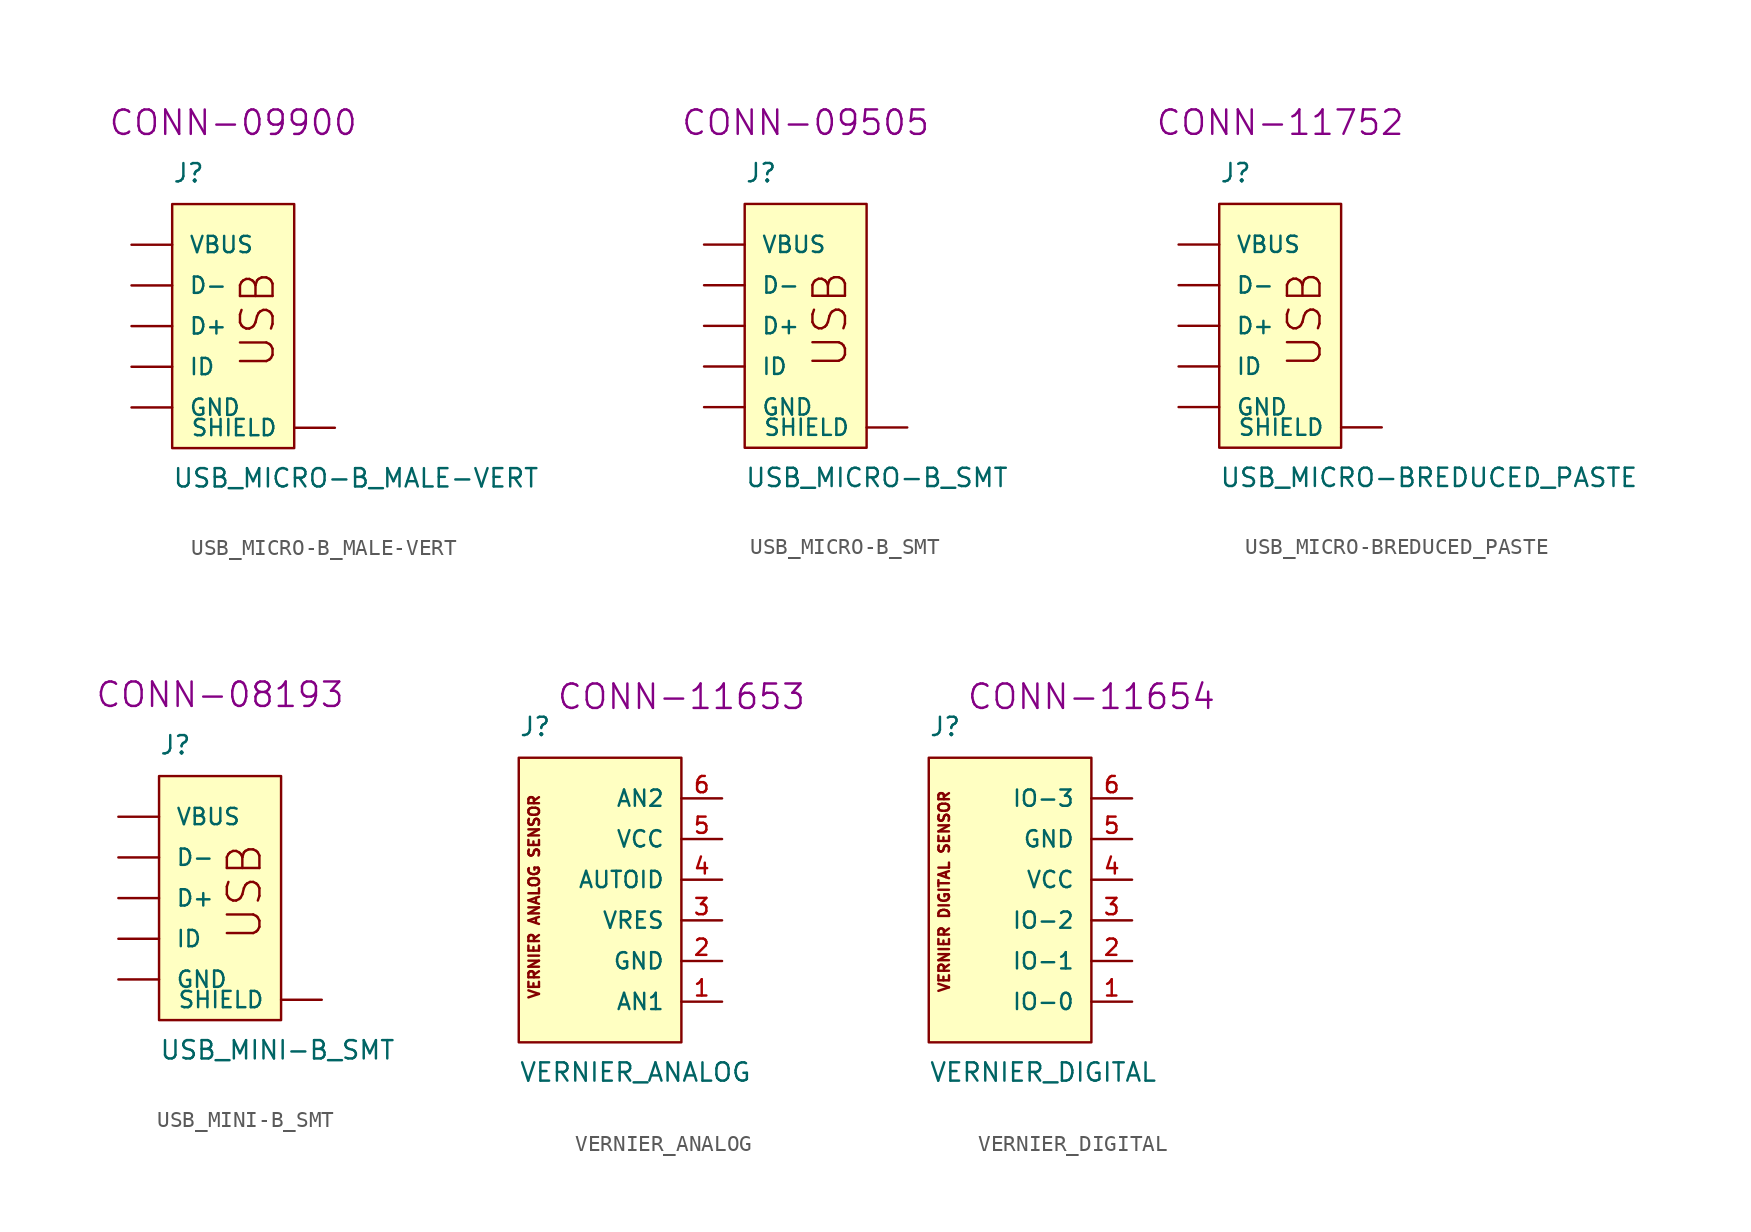
<source format=kicad_sym>
(kicad_symbol_lib
  (version 20220914)
  (generator kicad_symbol_editor)
  (symbol "USB_MICRO-B_MALE-VERT"
    (pin_numbers hide)
    (pin_names
      (offset 1.016))
    (property "Reference" "J"
      (at -3.81 8.89 0)
      (effects (font (size 1.143 1.143)) (justify left bottom)))
    (property "Value" "USB_MICRO-B_MALE-VERT"
      (at -3.81 -10.16 0)
      (effects (font (size 1.143 1.143)) (justify left bottom)))
    (property "Field4" "CONN-09900"
      (at 0 12.7 0)
      (effects (font (size 1.524 1.524))))
    (property "ki_locked" ""
      (at 0 0 0)
      (effects (font (size 1.27 1.27))))
    (symbol "USB_MICRO-B_MALE-VERT_1_0"
      (rectangle (start -3.81 7.62) (end 3.81 -7.62) (stroke (width 0) (type solid)) (fill (type background)))
      (text "USB" (at 1.524 0.381 900) (effects (font (size 2.032 2.032)))))
    (symbol "USB_MICRO-B_MALE-VERT_1_1"
      (pin bidirectional line (at -6.35 0 0) (length 2.54) (name "D+" (effects (font (size 1.016 1.016)))) (number "D+" (effects (font (size 1.016 1.016)))))
      (pin bidirectional line (at -6.35 2.54 0) (length 2.54) (name "D-" (effects (font (size 1.016 1.016)))) (number "D-" (effects (font (size 1.016 1.016)))))
      (pin power_in line (at -6.35 -5.08 0) (length 2.54) (name "GND" (effects (font (size 1.016 1.016)))) (number "GND" (effects (font (size 1.016 1.016)))))
      (pin bidirectional line (at -6.35 -2.54 0) (length 2.54) (name "ID" (effects (font (size 1.016 1.016)))) (number "ID" (effects (font (size 1.016 1.016)))))
      (pin bidirectional line (at 6.35 -6.35 180) (length 2.54) (name "SHIELD" (effects (font (size 1.016 1.016)))) (number "SHLD" (effects (font (size 1.016 1.016)))))
      (pin bidirectional line (at 6.35 -6.35 180) (length 2.54) hide (name "SHIELD" (effects (font (size 1.016 1.016)))) (number "SHLD" (effects (font (size 1.016 1.016)))))
      (pin bidirectional line (at 6.35 -6.35 180) (length 2.54) hide (name "SHIELD" (effects (font (size 1.016 1.016)))) (number "SHLD" (effects (font (size 1.016 1.016)))))
      (pin bidirectional line (at 6.35 -6.35 180) (length 2.54) hide (name "SHIELD" (effects (font (size 1.016 1.016)))) (number "SHLD" (effects (font (size 1.016 1.016)))))
      (pin power_in line (at -6.35 5.08 0) (length 2.54) (name "VBUS" (effects (font (size 1.016 1.016)))) (number "VBUS" (effects (font (size 1.016 1.016)))))))
  (symbol "USB_MICRO-B_SMT"
    (pin_numbers hide)
    (pin_names
      (offset 1.016))
    (property "Reference" "J"
      (at -3.81 8.89 0)
      (effects (font (size 1.143 1.143)) (justify left bottom)))
    (property "Value" "USB_MICRO-B_SMT"
      (at -3.81 -10.16 0)
      (effects (font (size 1.143 1.143)) (justify left bottom)))
    (property "Field4" "CONN-09505"
      (at 0 12.7 0)
      (effects (font (size 1.524 1.524))))
    (property "ki_locked" ""
      (at 0 0 0)
      (effects (font (size 1.27 1.27))))
    (symbol "USB_MICRO-B_SMT_1_0"
      (rectangle (start -3.81 7.62) (end 3.81 -7.62) (stroke (width 0) (type solid)) (fill (type background)))
      (text "USB" (at 1.524 0.381 900) (effects (font (size 2.032 2.032)))))
    (symbol "USB_MICRO-B_SMT_1_1"
      (pin bidirectional line (at -6.35 0 0) (length 2.54) (name "D+" (effects (font (size 1.016 1.016)))) (number "D+" (effects (font (size 1.016 1.016)))))
      (pin bidirectional line (at -6.35 2.54 0) (length 2.54) (name "D-" (effects (font (size 1.016 1.016)))) (number "D-" (effects (font (size 1.016 1.016)))))
      (pin power_in line (at -6.35 -5.08 0) (length 2.54) (name "GND" (effects (font (size 1.016 1.016)))) (number "GND" (effects (font (size 1.016 1.016)))))
      (pin bidirectional line (at -6.35 -2.54 0) (length 2.54) (name "ID" (effects (font (size 1.016 1.016)))) (number "ID" (effects (font (size 1.016 1.016)))))
      (pin bidirectional line (at 6.35 -6.35 180) (length 2.54) (name "SHIELD" (effects (font (size 1.016 1.016)))) (number "MT1" (effects (font (size 1.016 1.016)))))
      (pin bidirectional line (at 6.35 -6.35 180) (length 2.54) hide (name "SHIELD" (effects (font (size 1.016 1.016)))) (number "MT2" (effects (font (size 1.016 1.016)))))
      (pin bidirectional line (at 6.35 -6.35 180) (length 2.54) hide (name "SHIELD" (effects (font (size 1.016 1.016)))) (number "P$1" (effects (font (size 1.016 1.016)))))
      (pin bidirectional line (at 6.35 -6.35 180) (length 2.54) hide (name "SHIELD" (effects (font (size 1.016 1.016)))) (number "P$2" (effects (font (size 1.016 1.016)))))
      (pin power_in line (at -6.35 5.08 0) (length 2.54) (name "VBUS" (effects (font (size 1.016 1.016)))) (number "VBUS" (effects (font (size 1.016 1.016)))))))
  (symbol "USB_MICRO-BREDUCED_PASTE"
    (pin_numbers hide)
    (pin_names
      (offset 1.016))
    (property "Reference" "J"
      (at -3.81 8.89 0)
      (effects (font (size 1.143 1.143)) (justify left bottom)))
    (property "Value" "USB_MICRO-BREDUCED_PASTE"
      (at -3.81 -10.16 0)
      (effects (font (size 1.143 1.143)) (justify left bottom)))
    (property "Field4" "CONN-11752"
      (at 0 12.7 0)
      (effects (font (size 1.524 1.524))))
    (property "ki_locked" ""
      (at 0 0 0)
      (effects (font (size 1.27 1.27))))
    (symbol "USB_MICRO-BREDUCED_PASTE_1_0"
      (rectangle (start -3.81 7.62) (end 3.81 -7.62) (stroke (width 0) (type solid)) (fill (type background)))
      (text "USB" (at 1.524 0.381 900) (effects (font (size 2.032 2.032)))))
    (symbol "USB_MICRO-BREDUCED_PASTE_1_1"
      (pin bidirectional line (at -6.35 0 0) (length 2.54) (name "D+" (effects (font (size 1.016 1.016)))) (number "D+" (effects (font (size 1.016 1.016)))))
      (pin bidirectional line (at -6.35 2.54 0) (length 2.54) (name "D-" (effects (font (size 1.016 1.016)))) (number "D-" (effects (font (size 1.016 1.016)))))
      (pin power_in line (at -6.35 -5.08 0) (length 2.54) (name "GND" (effects (font (size 1.016 1.016)))) (number "GND" (effects (font (size 1.016 1.016)))))
      (pin bidirectional line (at -6.35 -2.54 0) (length 2.54) (name "ID" (effects (font (size 1.016 1.016)))) (number "ID" (effects (font (size 1.016 1.016)))))
      (pin bidirectional line (at 6.35 -6.35 180) (length 2.54) (name "SHIELD" (effects (font (size 1.016 1.016)))) (number "SHIE" (effects (font (size 1.016 1.016)))))
      (pin bidirectional line (at 6.35 -6.35 180) (length 2.54) hide (name "SHIELD" (effects (font (size 1.016 1.016)))) (number "SHIE" (effects (font (size 1.016 1.016)))))
      (pin bidirectional line (at 6.35 -6.35 180) (length 2.54) hide (name "SHIELD" (effects (font (size 1.016 1.016)))) (number "SHIE" (effects (font (size 1.016 1.016)))))
      (pin power_in line (at -6.35 5.08 0) (length 2.54) (name "VBUS" (effects (font (size 1.016 1.016)))) (number "VBUS" (effects (font (size 1.016 1.016)))))))
  (symbol "USB_MINI-B_SMT"
    (pin_numbers hide)
    (pin_names
      (offset 1.016))
    (property "Reference" "J"
      (at -3.81 8.89 0)
      (effects (font (size 1.143 1.143)) (justify left bottom)))
    (property "Value" "USB_MINI-B_SMT"
      (at -3.81 -10.16 0)
      (effects (font (size 1.143 1.143)) (justify left bottom)))
    (property "Field4" "CONN-08193"
      (at 0 12.7 0)
      (effects (font (size 1.524 1.524))))
    (property "ki_locked" ""
      (at 0 0 0)
      (effects (font (size 1.27 1.27))))
    (symbol "USB_MINI-B_SMT_1_0"
      (rectangle (start -3.81 7.62) (end 3.81 -7.62) (stroke (width 0) (type solid)) (fill (type background)))
      (text "USB" (at 1.524 0.381 900) (effects (font (size 2.032 2.032)))))
    (symbol "USB_MINI-B_SMT_1_1"
      (pin bidirectional line (at -6.35 0 0) (length 2.54) (name "D+" (effects (font (size 1.016 1.016)))) (number "D+" (effects (font (size 1.016 1.016)))))
      (pin bidirectional line (at -6.35 2.54 0) (length 2.54) (name "D-" (effects (font (size 1.016 1.016)))) (number "D-" (effects (font (size 1.016 1.016)))))
      (pin power_in line (at -6.35 -5.08 0) (length 2.54) (name "GND" (effects (font (size 1.016 1.016)))) (number "GND" (effects (font (size 1.016 1.016)))))
      (pin bidirectional line (at -6.35 -2.54 0) (length 2.54) (name "ID" (effects (font (size 1.016 1.016)))) (number "ID" (effects (font (size 1.016 1.016)))))
      (pin bidirectional line (at 6.35 -6.35 180) (length 2.54) (name "SHIELD" (effects (font (size 1.016 1.016)))) (number "S1" (effects (font (size 1.016 1.016)))))
      (pin bidirectional line (at 6.35 -6.35 180) (length 2.54) hide (name "SHIELD" (effects (font (size 1.016 1.016)))) (number "S2" (effects (font (size 1.016 1.016)))))
      (pin bidirectional line (at 6.35 -6.35 180) (length 2.54) hide (name "SHIELD" (effects (font (size 1.016 1.016)))) (number "S3" (effects (font (size 1.016 1.016)))))
      (pin bidirectional line (at 6.35 -6.35 180) (length 2.54) hide (name "SHIELD" (effects (font (size 1.016 1.016)))) (number "S4" (effects (font (size 1.016 1.016)))))
      (pin power_in line (at -6.35 5.08 0) (length 2.54) (name "VBUS" (effects (font (size 1.016 1.016)))) (number "VBUS" (effects (font (size 1.016 1.016)))))))
  (symbol "VERNIER_ANALOG"
    (pin_names
      (offset 1.016))
    (property "Reference" "J"
      (at -10.16 16.51 0)
      (effects (font (size 1.143 1.143)) (justify left bottom)))
    (property "Value" "VERNIER_ANALOG"
      (at -10.16 -5.08 0)
      (effects (font (size 1.143 1.143)) (justify left bottom)))
    (property "Field4" "CONN-11653"
      (at 0 19.05 0)
      (effects (font (size 1.524 1.524))))
    (property "ki_locked" ""
      (at 0 0 0)
      (effects (font (size 1.27 1.27))))
    (symbol "VERNIER_ANALOG_1_0"
      (rectangle (start 0 -2.54) (end -10.16 15.24) (stroke (width 0) (type solid)) (fill (type background)))
      (text "VERNIER ANALOG SENSOR" (at -9.195 6.553 900) (effects (font (size 0.66 0.66)))))
    (symbol "VERNIER_ANALOG_1_1"
      (pin passive line (at 2.54 0 180) (length 2.54) (name "AN1" (effects (font (size 1.016 1.016)))) (number "1" (effects (font (size 1.016 1.016)))))
      (pin passive line (at 2.54 2.54 180) (length 2.54) (name "GND" (effects (font (size 1.016 1.016)))) (number "2" (effects (font (size 1.016 1.016)))))
      (pin passive line (at 2.54 5.08 180) (length 2.54) (name "VRES" (effects (font (size 1.016 1.016)))) (number "3" (effects (font (size 1.016 1.016)))))
      (pin passive line (at 2.54 7.62 180) (length 2.54) (name "AUTOID" (effects (font (size 1.016 1.016)))) (number "4" (effects (font (size 1.016 1.016)))))
      (pin passive line (at 2.54 10.16 180) (length 2.54) (name "VCC" (effects (font (size 1.016 1.016)))) (number "5" (effects (font (size 1.016 1.016)))))
      (pin passive line (at 2.54 12.7 180) (length 2.54) (name "AN2" (effects (font (size 1.016 1.016)))) (number "6" (effects (font (size 1.016 1.016)))))))
  (symbol "VERNIER_DIGITAL"
    (pin_names
      (offset 1.016))
    (property "Reference" "J"
      (at -10.16 16.51 0)
      (effects (font (size 1.143 1.143)) (justify left bottom)))
    (property "Value" "VERNIER_DIGITAL"
      (at -10.16 -5.08 0)
      (effects (font (size 1.143 1.143)) (justify left bottom)))
    (property "Field4" "CONN-11654"
      (at 0 19.05 0)
      (effects (font (size 1.524 1.524))))
    (property "ki_locked" ""
      (at 0 0 0)
      (effects (font (size 1.27 1.27))))
    (symbol "VERNIER_DIGITAL_1_0"
      (rectangle (start 0 -2.54) (end -10.16 15.24) (stroke (width 0) (type solid)) (fill (type background)))
      (text "VERNIER DIGITAL SENSOR" (at -9.195 6.883 900) (effects (font (size 0.66 0.66)))))
    (symbol "VERNIER_DIGITAL_1_1"
      (pin passive line (at 2.54 0 180) (length 2.54) (name "IO-0" (effects (font (size 1.016 1.016)))) (number "1" (effects (font (size 1.016 1.016)))))
      (pin passive line (at 2.54 2.54 180) (length 2.54) (name "IO-1" (effects (font (size 1.016 1.016)))) (number "2" (effects (font (size 1.016 1.016)))))
      (pin passive line (at 2.54 5.08 180) (length 2.54) (name "IO-2" (effects (font (size 1.016 1.016)))) (number "3" (effects (font (size 1.016 1.016)))))
      (pin passive line (at 2.54 7.62 180) (length 2.54) (name "VCC" (effects (font (size 1.016 1.016)))) (number "4" (effects (font (size 1.016 1.016)))))
      (pin passive line (at 2.54 10.16 180) (length 2.54) (name "GND" (effects (font (size 1.016 1.016)))) (number "5" (effects (font (size 1.016 1.016)))))
      (pin passive line (at 2.54 12.7 180) (length 2.54) (name "IO-3" (effects (font (size 1.016 1.016)))) (number "6" (effects (font (size 1.016 1.016))))))))
</source>
